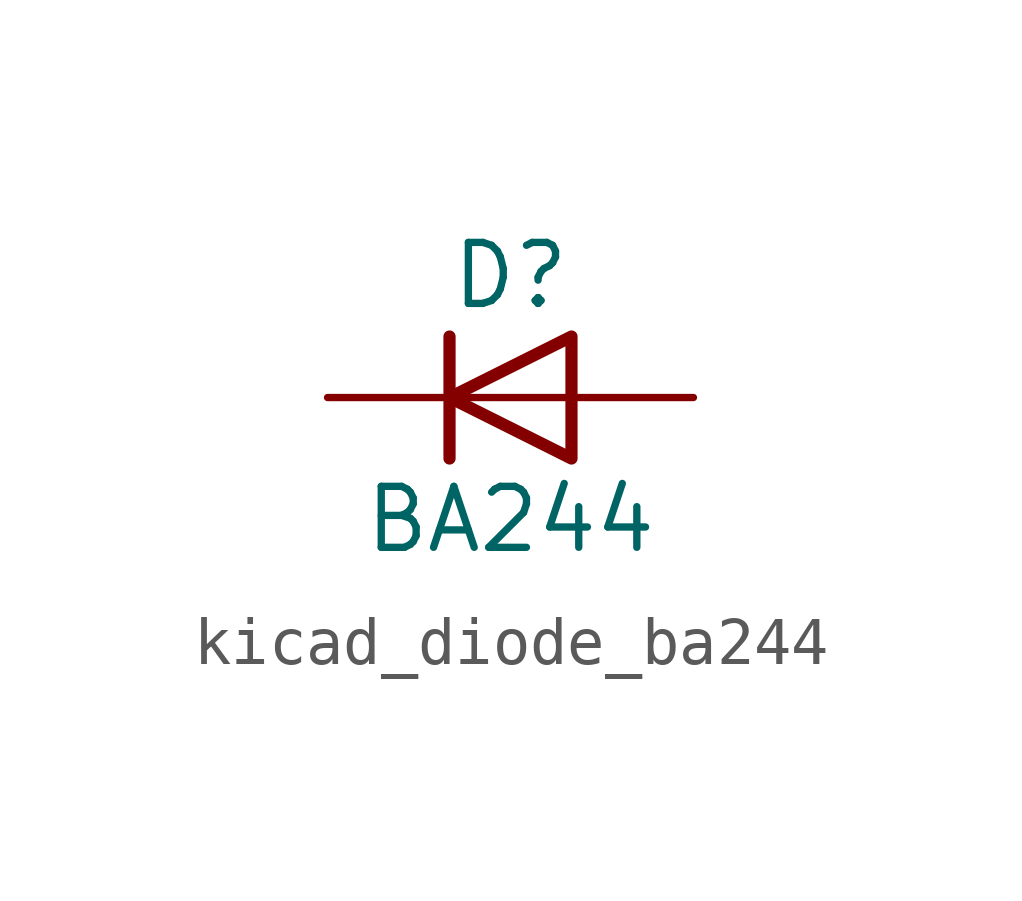
<source format=kicad_sym>
(kicad_symbol_lib
  (version 20220914)
  (generator kicad_symbol_editor)
  (symbol "kicad_diode_ba244"
    (pin_numbers hide)
    (pin_names hide)
    (property "Reference" "D"
      (at 0 2.54 0)
      (effects (font (size 1.27 1.27))))
    (property "Value" "BA244"
      (at 0 -2.54 0)
      (effects (font (size 1.27 1.27))))
    (symbol "kicad_diode_ba244_0_1"
      (polyline (pts (xy -1.27 1.27) (xy -1.27 -1.27)) (stroke (width 0.254) (type default)) (fill (type none)))
      (polyline (pts (xy 1.27 0) (xy -1.27 0)) (stroke (width 0) (type default)) (fill (type none)))
      (polyline (pts (xy 1.27 1.27) (xy 1.27 -1.27) (xy -1.27 0) (xy 1.27 1.27)) (stroke (width 0.254) (type default)) (fill (type none))))
    (symbol "kicad_diode_ba244_1_1"
      (pin passive line (at -3.81 0 0) (length 2.54) (name "K" (effects (font (size 1.27 1.27)))) (number "1" (effects (font (size 1.27 1.27)))))
      (pin passive line (at 3.81 0 180) (length 2.54) (name "A" (effects (font (size 1.27 1.27)))) (number "2" (effects (font (size 1.27 1.27))))))))
</source>
